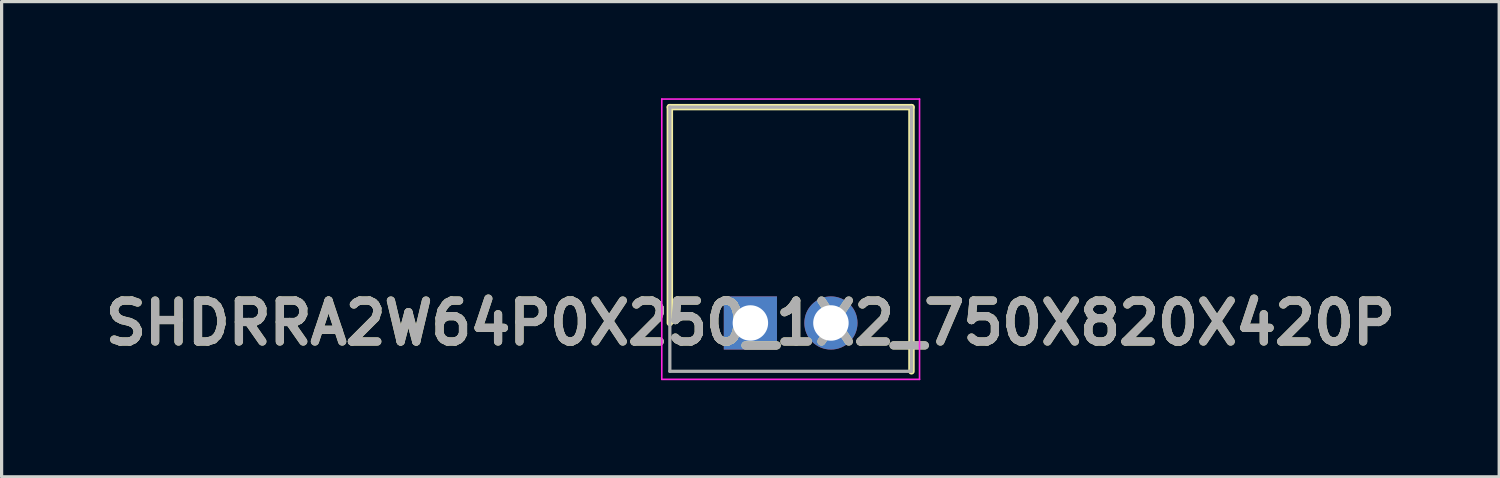
<source format=kicad_pcb>
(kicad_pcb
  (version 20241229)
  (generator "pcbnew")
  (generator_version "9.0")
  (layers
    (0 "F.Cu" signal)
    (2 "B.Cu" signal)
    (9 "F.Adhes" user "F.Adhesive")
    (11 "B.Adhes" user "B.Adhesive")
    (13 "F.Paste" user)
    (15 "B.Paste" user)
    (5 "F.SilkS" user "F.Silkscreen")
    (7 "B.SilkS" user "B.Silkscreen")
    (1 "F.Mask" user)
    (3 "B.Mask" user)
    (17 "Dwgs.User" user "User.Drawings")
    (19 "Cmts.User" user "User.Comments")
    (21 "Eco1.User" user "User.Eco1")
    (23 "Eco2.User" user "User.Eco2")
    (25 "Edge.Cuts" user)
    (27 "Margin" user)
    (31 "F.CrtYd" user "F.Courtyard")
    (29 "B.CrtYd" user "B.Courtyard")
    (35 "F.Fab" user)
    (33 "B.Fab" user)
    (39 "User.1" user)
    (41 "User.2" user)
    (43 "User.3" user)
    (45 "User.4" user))
  (footprint "SHDRRA2W64P0X250_1X2_750X820X420P"
    (layer "F.Cu")
    (at 20.241 6.975)
    (property "Reference" "SHDRRA2W64P0X250_1X2_750X820X420P" (at 0 0 0) (layer "F.SilkS") (effects (font (size 1.27 1.27) (thickness 0.254))))
    (attr through_hole)
    (fp_line (start -2.5 -6.7) (end 5 -6.7) (stroke (width 0.2) (type solid)) (layer "F.SilkS"))
    (fp_line (start -2.5 0) (end -2.5 -6.7) (stroke (width 0.2) (type solid)) (layer "F.SilkS"))
    (fp_line (start 5 -6.7) (end 5 1.5) (stroke (width 0.2) (type solid)) (layer "F.SilkS"))
    (fp_line (start -2.75 -6.95) (end -2.75 1.75) (stroke (width 0.05) (type solid)) (layer "F.CrtYd"))
    (fp_line (start -2.75 1.75) (end 5.25 1.75) (stroke (width 0.05) (type solid)) (layer "F.CrtYd"))
    (fp_line (start 5.25 -6.95) (end -2.75 -6.95) (stroke (width 0.05) (type solid)) (layer "F.CrtYd"))
    (fp_line (start 5.25 1.75) (end 5.25 -6.95) (stroke (width 0.05) (type solid)) (layer "F.CrtYd"))
    (fp_line (start -2.5 -6.7) (end 5 -6.7) (stroke (width 0.1) (type solid)) (layer "F.Fab"))
    (fp_line (start -2.5 1.5) (end -2.5 -6.7) (stroke (width 0.1) (type solid)) (layer "F.Fab"))
    (fp_line (start 5 -6.7) (end 5 1.5) (stroke (width 0.1) (type solid)) (layer "F.Fab"))
    (fp_line (start 5 1.5) (end -2.5 1.5) (stroke (width 0.1) (type solid)) (layer "F.Fab"))
    (fp_text user "${REFERENCE}" (at 0 0 0) (layer "F.Fab") (effects (font (size 1.27 1.27) (thickness 0.254))))
    (pad "1" thru_hole rect (at 0 0) (size 1.65 1.65) (drill 1.1) (layers "*.Cu" "*.Mask"))
    (pad "2" thru_hole circle (at 2.5 0) (size 1.65 1.65) (drill 1.1) (layers "*.Cu" "*.Mask")))
  (gr_rect
    (start -3 -3)
    (end 43.483 11.75)
    (stroke (width 0.1) (type default))
    (fill no)
    (layer "Edge.Cuts")))
</source>
